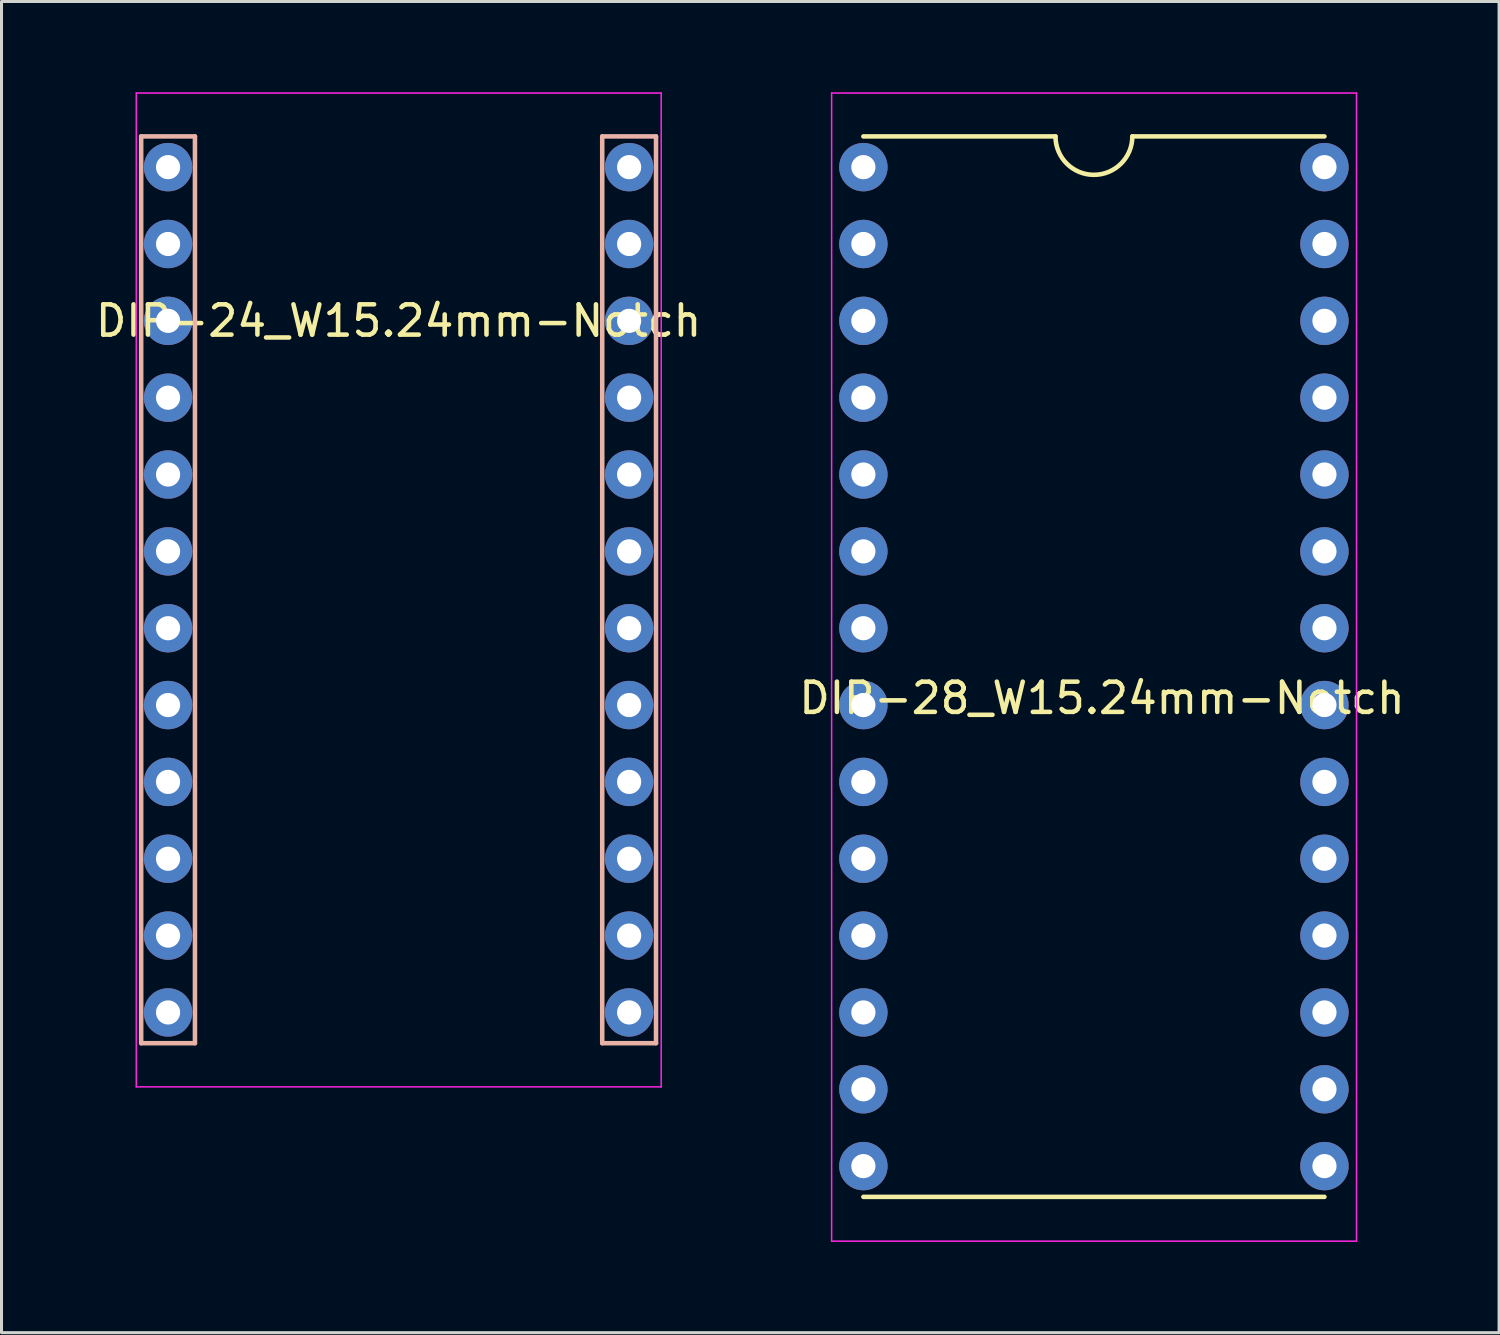
<source format=kicad_pcb>
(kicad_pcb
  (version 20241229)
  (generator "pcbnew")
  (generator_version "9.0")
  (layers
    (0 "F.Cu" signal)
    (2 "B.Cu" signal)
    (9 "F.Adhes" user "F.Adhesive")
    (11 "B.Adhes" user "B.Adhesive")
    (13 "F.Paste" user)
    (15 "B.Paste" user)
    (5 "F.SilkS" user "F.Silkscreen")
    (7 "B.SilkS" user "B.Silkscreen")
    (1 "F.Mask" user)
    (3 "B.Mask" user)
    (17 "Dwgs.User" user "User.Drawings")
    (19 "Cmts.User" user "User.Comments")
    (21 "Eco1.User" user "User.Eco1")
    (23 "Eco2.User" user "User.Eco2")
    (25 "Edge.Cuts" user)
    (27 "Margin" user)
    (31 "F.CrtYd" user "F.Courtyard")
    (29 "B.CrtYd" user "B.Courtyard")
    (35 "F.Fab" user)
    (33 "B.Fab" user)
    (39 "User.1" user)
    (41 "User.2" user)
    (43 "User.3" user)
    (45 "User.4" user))
  (footprint "DIP-24_W15.24mm-Notch"
    (layer "F.Cu")
    (at 2.505 2.475)
    (property "Reference" "DIP-24_W15.24mm-Notch" (at 7.62 5.08 0) (layer "F.SilkS") (effects (font (size 1 1) (thickness 0.15))))
    (attr through_hole)
    (fp_line (start -0.889 -1.016) (end 0.889 -1.016) (stroke (width 0.15) (type solid)) (layer "B.SilkS"))
    (fp_line (start -0.889 28.956) (end -0.889 -1.016) (stroke (width 0.15) (type solid)) (layer "B.SilkS"))
    (fp_line (start 0.889 -1.016) (end 0.889 28.956) (stroke (width 0.15) (type solid)) (layer "B.SilkS"))
    (fp_line (start 0.889 28.956) (end -0.889 28.956) (stroke (width 0.15) (type solid)) (layer "B.SilkS"))
    (fp_line (start 14.351 -1.016) (end 16.129 -1.016) (stroke (width 0.15) (type solid)) (layer "B.SilkS"))
    (fp_line (start 14.351 28.956) (end 14.351 -1.016) (stroke (width 0.15) (type solid)) (layer "B.SilkS"))
    (fp_line (start 16.129 -1.016) (end 16.129 28.956) (stroke (width 0.15) (type solid)) (layer "B.SilkS"))
    (fp_line (start 16.129 28.956) (end 14.351 28.956) (stroke (width 0.15) (type solid)) (layer "B.SilkS"))
    (fp_line (start -1.05 -2.45) (end -1.05 30.4) (stroke (width 0.05) (type solid)) (layer "F.CrtYd"))
    (fp_line (start -1.05 -2.45) (end 16.3 -2.45) (stroke (width 0.05) (type solid)) (layer "F.CrtYd"))
    (fp_line (start -1.05 30.4) (end 16.3 30.4) (stroke (width 0.05) (type solid)) (layer "F.CrtYd"))
    (fp_line (start 16.3 -2.45) (end 16.3 30.4) (stroke (width 0.05) (type solid)) (layer "F.CrtYd"))
    (pad "1" thru_hole oval (at 0 0) (size 1.6 1.6) (drill 0.8) (layers "*.Cu" "*.Mask"))
    (pad "2" thru_hole oval (at 0 2.54) (size 1.6 1.6) (drill 0.8) (layers "*.Cu" "*.Mask"))
    (pad "3" thru_hole oval (at 0 5.08) (size 1.6 1.6) (drill 0.8) (layers "*.Cu" "*.Mask"))
    (pad "4" thru_hole oval (at 0 7.62) (size 1.6 1.6) (drill 0.8) (layers "*.Cu" "*.Mask"))
    (pad "5" thru_hole oval (at 0 10.16) (size 1.6 1.6) (drill 0.8) (layers "*.Cu" "*.Mask"))
    (pad "6" thru_hole oval (at 0 12.7) (size 1.6 1.6) (drill 0.8) (layers "*.Cu" "*.Mask"))
    (pad "7" thru_hole oval (at 0 15.24) (size 1.6 1.6) (drill 0.8) (layers "*.Cu" "*.Mask"))
    (pad "8" thru_hole oval (at 0 17.78) (size 1.6 1.6) (drill 0.8) (layers "*.Cu" "*.Mask"))
    (pad "9" thru_hole oval (at 0 20.32) (size 1.6 1.6) (drill 0.8) (layers "*.Cu" "*.Mask"))
    (pad "10" thru_hole oval (at 0 22.86) (size 1.6 1.6) (drill 0.8) (layers "*.Cu" "*.Mask"))
    (pad "11" thru_hole oval (at 0 25.4) (size 1.6 1.6) (drill 0.8) (layers "*.Cu" "*.Mask"))
    (pad "12" thru_hole oval (at 0 27.94) (size 1.6 1.6) (drill 0.8) (layers "*.Cu" "*.Mask"))
    (pad "13" thru_hole oval (at 15.24 27.94) (size 1.6 1.6) (drill 0.8) (layers "*.Cu" "*.Mask"))
    (pad "14" thru_hole oval (at 15.24 25.4) (size 1.6 1.6) (drill 0.8) (layers "*.Cu" "*.Mask"))
    (pad "15" thru_hole oval (at 15.24 22.86) (size 1.6 1.6) (drill 0.8) (layers "*.Cu" "*.Mask"))
    (pad "16" thru_hole oval (at 15.24 20.32) (size 1.6 1.6) (drill 0.8) (layers "*.Cu" "*.Mask"))
    (pad "17" thru_hole oval (at 15.24 17.78) (size 1.6 1.6) (drill 0.8) (layers "*.Cu" "*.Mask"))
    (pad "18" thru_hole oval (at 15.24 15.24) (size 1.6 1.6) (drill 0.8) (layers "*.Cu" "*.Mask"))
    (pad "19" thru_hole oval (at 15.24 12.7) (size 1.6 1.6) (drill 0.8) (layers "*.Cu" "*.Mask"))
    (pad "20" thru_hole oval (at 15.24 10.16) (size 1.6 1.6) (drill 0.8) (layers "*.Cu" "*.Mask"))
    (pad "21" thru_hole oval (at 15.24 7.62) (size 1.6 1.6) (drill 0.8) (layers "*.Cu" "*.Mask"))
    (pad "22" thru_hole oval (at 15.24 5.08) (size 1.6 1.6) (drill 0.8) (layers "*.Cu" "*.Mask"))
    (pad "23" thru_hole oval (at 15.24 2.54) (size 1.6 1.6) (drill 0.8) (layers "*.Cu" "*.Mask"))
    (pad "24" thru_hole oval (at 15.24 0) (size 1.6 1.6) (drill 0.8) (layers "*.Cu" "*.Mask")))
  (footprint "DIP-28_W15.24mm-Notch"
    (layer "F.Cu")
    (at 25.488 2.475)
    (property "Reference" "DIP-28_W15.24mm-Notch" (at 7.887 17.551 0) (layer "F.SilkS") (effects (font (size 1 1) (thickness 0.15))))
    (attr through_hole)
    (fp_line (start 0 -1.016) (end 6.35 -1.016) (stroke (width 0.15) (type solid)) (layer "F.SilkS"))
    (fp_line (start 0 34.036) (end 15.24 34.036) (stroke (width 0.15) (type solid)) (layer "F.SilkS"))
    (fp_line (start 8.89 -1.016) (end 15.24 -1.016) (stroke (width 0.15) (type solid)) (layer "F.SilkS"))
    (fp_arc (start 8.89 -1.016) (mid 7.62 0.254) (end 6.35 -1.016) (stroke (width 0.15) (type solid)) (layer "F.SilkS"))
    (fp_line (start -1.05 -2.45) (end -1.05 35.5) (stroke (width 0.05) (type solid)) (layer "F.CrtYd"))
    (fp_line (start -1.05 -2.45) (end 16.3 -2.45) (stroke (width 0.05) (type solid)) (layer "F.CrtYd"))
    (fp_line (start -1.05 35.5) (end 16.3 35.5) (stroke (width 0.05) (type solid)) (layer "F.CrtYd"))
    (fp_line (start 16.3 -2.45) (end 16.3 35.5) (stroke (width 0.05) (type solid)) (layer "F.CrtYd"))
    (pad "1" thru_hole oval (at 0 0) (size 1.6 1.6) (drill 0.8) (layers "*.Cu" "*.Mask"))
    (pad "2" thru_hole oval (at 0 2.54) (size 1.6 1.6) (drill 0.8) (layers "*.Cu" "*.Mask"))
    (pad "3" thru_hole oval (at 0 5.08) (size 1.6 1.6) (drill 0.8) (layers "*.Cu" "*.Mask"))
    (pad "4" thru_hole oval (at 0 7.62) (size 1.6 1.6) (drill 0.8) (layers "*.Cu" "*.Mask"))
    (pad "5" thru_hole oval (at 0 10.16) (size 1.6 1.6) (drill 0.8) (layers "*.Cu" "*.Mask"))
    (pad "6" thru_hole oval (at 0 12.7) (size 1.6 1.6) (drill 0.8) (layers "*.Cu" "*.Mask"))
    (pad "7" thru_hole oval (at 0 15.24) (size 1.6 1.6) (drill 0.8) (layers "*.Cu" "*.Mask"))
    (pad "8" thru_hole oval (at 0 17.78) (size 1.6 1.6) (drill 0.8) (layers "*.Cu" "*.Mask"))
    (pad "9" thru_hole oval (at 0 20.32) (size 1.6 1.6) (drill 0.8) (layers "*.Cu" "*.Mask"))
    (pad "10" thru_hole oval (at 0 22.86) (size 1.6 1.6) (drill 0.8) (layers "*.Cu" "*.Mask"))
    (pad "11" thru_hole oval (at 0 25.4) (size 1.6 1.6) (drill 0.8) (layers "*.Cu" "*.Mask"))
    (pad "12" thru_hole oval (at 0 27.94) (size 1.6 1.6) (drill 0.8) (layers "*.Cu" "*.Mask"))
    (pad "13" thru_hole oval (at 0 30.48) (size 1.6 1.6) (drill 0.8) (layers "*.Cu" "*.Mask"))
    (pad "14" thru_hole oval (at 0 33.02) (size 1.6 1.6) (drill 0.8) (layers "*.Cu" "*.Mask"))
    (pad "15" thru_hole oval (at 15.24 33.02) (size 1.6 1.6) (drill 0.8) (layers "*.Cu" "*.Mask"))
    (pad "16" thru_hole oval (at 15.24 30.48) (size 1.6 1.6) (drill 0.8) (layers "*.Cu" "*.Mask"))
    (pad "17" thru_hole oval (at 15.24 27.94) (size 1.6 1.6) (drill 0.8) (layers "*.Cu" "*.Mask"))
    (pad "18" thru_hole oval (at 15.24 25.4) (size 1.6 1.6) (drill 0.8) (layers "*.Cu" "*.Mask"))
    (pad "19" thru_hole oval (at 15.24 22.86) (size 1.6 1.6) (drill 0.8) (layers "*.Cu" "*.Mask"))
    (pad "20" thru_hole oval (at 15.24 20.32) (size 1.6 1.6) (drill 0.8) (layers "*.Cu" "*.Mask"))
    (pad "21" thru_hole oval (at 15.24 17.78) (size 1.6 1.6) (drill 0.8) (layers "*.Cu" "*.Mask"))
    (pad "22" thru_hole oval (at 15.24 15.24) (size 1.6 1.6) (drill 0.8) (layers "*.Cu" "*.Mask"))
    (pad "23" thru_hole oval (at 15.24 12.7) (size 1.6 1.6) (drill 0.8) (layers "*.Cu" "*.Mask"))
    (pad "24" thru_hole oval (at 15.24 10.16) (size 1.6 1.6) (drill 0.8) (layers "*.Cu" "*.Mask"))
    (pad "25" thru_hole oval (at 15.24 7.62) (size 1.6 1.6) (drill 0.8) (layers "*.Cu" "*.Mask"))
    (pad "26" thru_hole oval (at 15.24 5.08) (size 1.6 1.6) (drill 0.8) (layers "*.Cu" "*.Mask"))
    (pad "27" thru_hole oval (at 15.24 2.54) (size 1.6 1.6) (drill 0.8) (layers "*.Cu" "*.Mask"))
    (pad "28" thru_hole oval (at 15.24 0) (size 1.6 1.6) (drill 0.8) (layers "*.Cu" "*.Mask")))
  (gr_rect
    (start -3 -3)
    (end 46.5 41)
    (stroke (width 0.1) (type default))
    (fill no)
    (layer "Edge.Cuts")))
</source>
